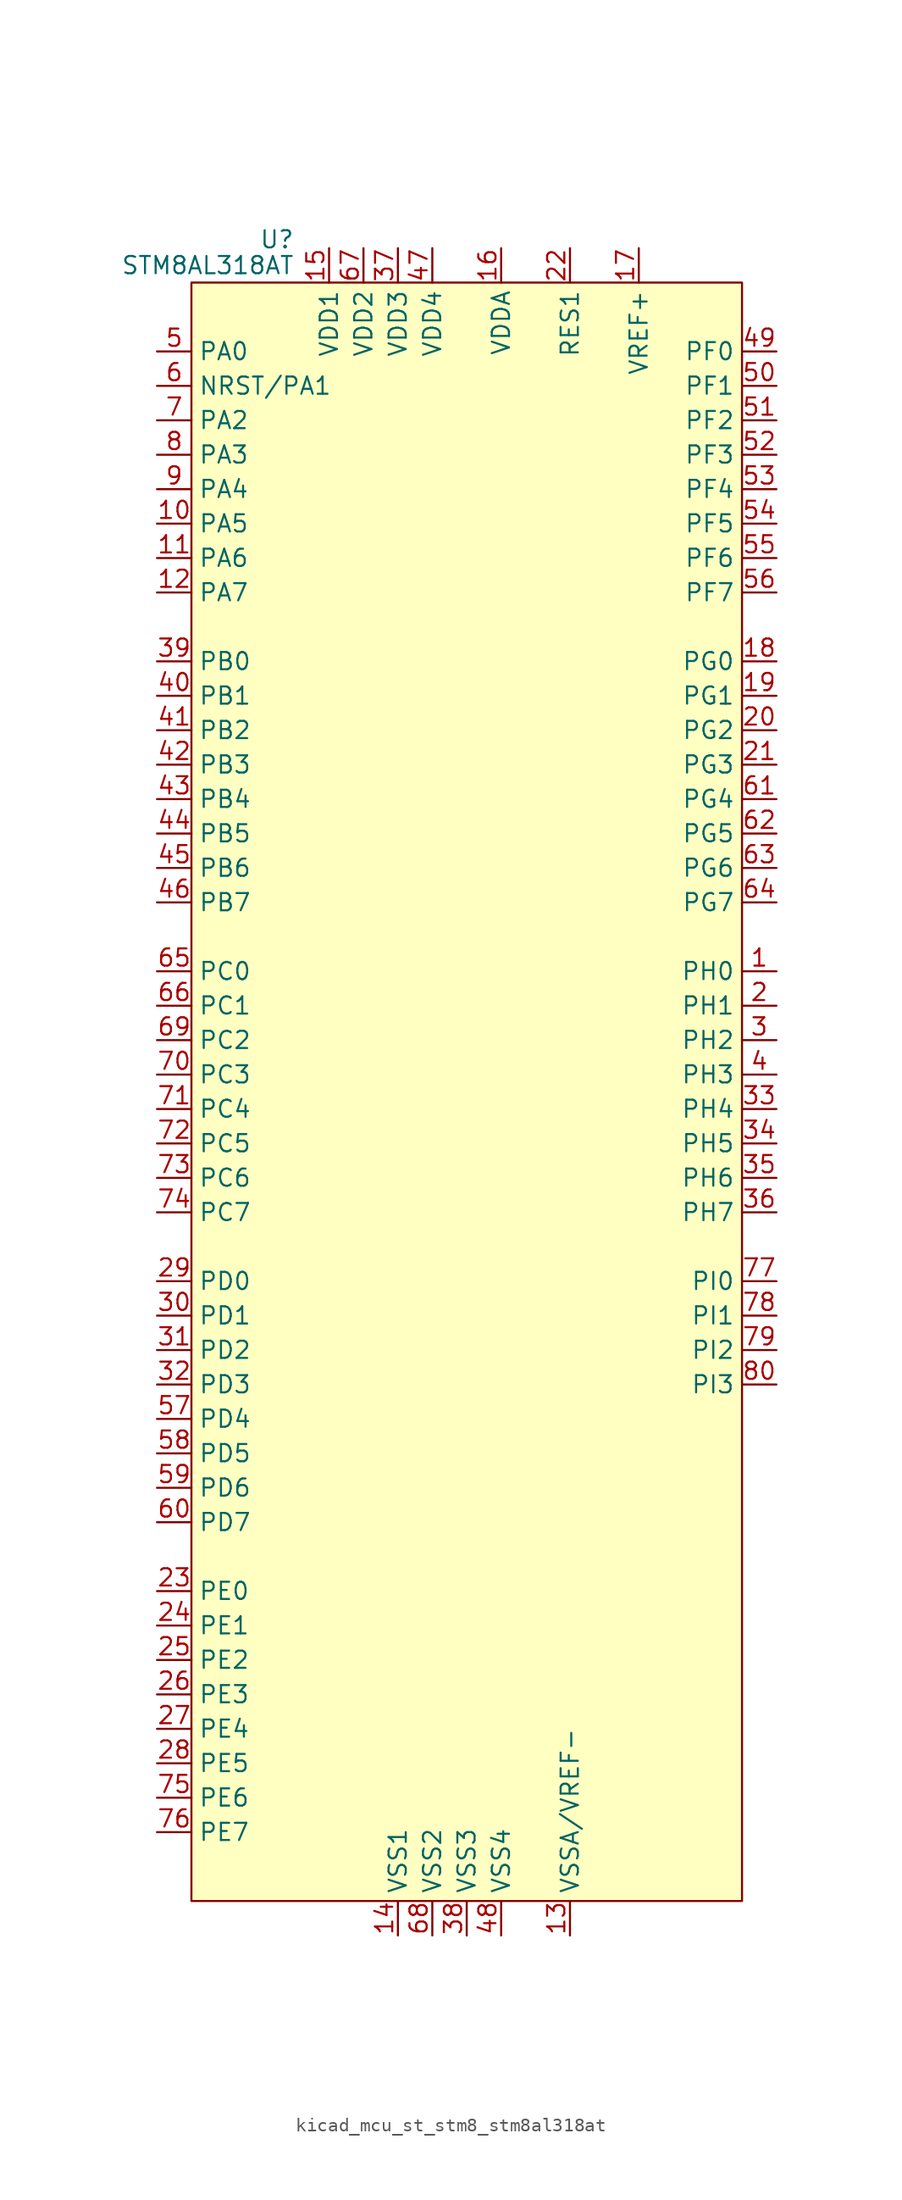
<source format=kicad_sym>
(kicad_symbol_lib
  (version 20220914)
  (generator kicad_symbol_editor)
  (symbol "kicad_mcu_st_stm8_stm8al318at"
    (property "Reference" "U"
      (at -12.7 61.595 0)
      (effects (font (size 1.27 1.27)) (justify right)))
    (property "Value" "STM8AL318AT"
      (at -12.7 59.69 0)
      (effects (font (size 1.27 1.27)) (justify right)))
    (symbol "kicad_mcu_st_stm8_stm8al318at_0_0"
      (pin bidirectional line (at 22.86 7.62 180) (length 2.54) (name "PH0" (effects (font (size 1.27 1.27)))) (number "1" (effects (font (size 1.27 1.27)))))
      (pin bidirectional line (at -22.86 40.64 0) (length 2.54) (name "PA5" (effects (font (size 1.27 1.27)))) (number "10" (effects (font (size 1.27 1.27)))))
      (pin bidirectional line (at -22.86 38.1 0) (length 2.54) (name "PA6" (effects (font (size 1.27 1.27)))) (number "11" (effects (font (size 1.27 1.27)))))
      (pin bidirectional line (at -22.86 35.56 0) (length 2.54) (name "PA7" (effects (font (size 1.27 1.27)))) (number "12" (effects (font (size 1.27 1.27)))))
      (pin power_in line (at 7.62 -63.5 90) (length 2.54) (name "VSSA/VREF-" (effects (font (size 1.27 1.27)))) (number "13" (effects (font (size 1.27 1.27)))))
      (pin power_in line (at -5.08 -63.5 90) (length 2.54) (name "VSS1" (effects (font (size 1.27 1.27)))) (number "14" (effects (font (size 1.27 1.27)))))
      (pin power_in line (at -10.16 60.96 270) (length 2.54) (name "VDD1" (effects (font (size 1.27 1.27)))) (number "15" (effects (font (size 1.27 1.27)))))
      (pin power_in line (at 2.54 60.96 270) (length 2.54) (name "VDDA" (effects (font (size 1.27 1.27)))) (number "16" (effects (font (size 1.27 1.27)))))
      (pin power_in line (at 12.7 60.96 270) (length 2.54) (name "VREF+" (effects (font (size 1.27 1.27)))) (number "17" (effects (font (size 1.27 1.27)))))
      (pin bidirectional line (at 22.86 30.48 180) (length 2.54) (name "PG0" (effects (font (size 1.27 1.27)))) (number "18" (effects (font (size 1.27 1.27)))))
      (pin bidirectional line (at 22.86 27.94 180) (length 2.54) (name "PG1" (effects (font (size 1.27 1.27)))) (number "19" (effects (font (size 1.27 1.27)))))
      (pin bidirectional line (at 22.86 5.08 180) (length 2.54) (name "PH1" (effects (font (size 1.27 1.27)))) (number "2" (effects (font (size 1.27 1.27)))))
      (pin bidirectional line (at 22.86 25.4 180) (length 2.54) (name "PG2" (effects (font (size 1.27 1.27)))) (number "20" (effects (font (size 1.27 1.27)))))
      (pin bidirectional line (at 22.86 22.86 180) (length 2.54) (name "PG3" (effects (font (size 1.27 1.27)))) (number "21" (effects (font (size 1.27 1.27)))))
      (pin power_in line (at 7.62 60.96 270) (length 2.54) (name "RES1" (effects (font (size 1.27 1.27)))) (number "22" (effects (font (size 1.27 1.27)))))
      (pin bidirectional line (at -22.86 -38.1 0) (length 2.54) (name "PE0" (effects (font (size 1.27 1.27)))) (number "23" (effects (font (size 1.27 1.27)))))
      (pin bidirectional line (at -22.86 -40.64 0) (length 2.54) (name "PE1" (effects (font (size 1.27 1.27)))) (number "24" (effects (font (size 1.27 1.27)))))
      (pin bidirectional line (at -22.86 -43.18 0) (length 2.54) (name "PE2" (effects (font (size 1.27 1.27)))) (number "25" (effects (font (size 1.27 1.27)))))
      (pin bidirectional line (at -22.86 -45.72 0) (length 2.54) (name "PE3" (effects (font (size 1.27 1.27)))) (number "26" (effects (font (size 1.27 1.27)))))
      (pin bidirectional line (at -22.86 -48.26 0) (length 2.54) (name "PE4" (effects (font (size 1.27 1.27)))) (number "27" (effects (font (size 1.27 1.27)))))
      (pin bidirectional line (at -22.86 -50.8 0) (length 2.54) (name "PE5" (effects (font (size 1.27 1.27)))) (number "28" (effects (font (size 1.27 1.27)))))
      (pin bidirectional line (at -22.86 -15.24 0) (length 2.54) (name "PD0" (effects (font (size 1.27 1.27)))) (number "29" (effects (font (size 1.27 1.27)))))
      (pin bidirectional line (at 22.86 2.54 180) (length 2.54) (name "PH2" (effects (font (size 1.27 1.27)))) (number "3" (effects (font (size 1.27 1.27)))))
      (pin bidirectional line (at -22.86 -17.78 0) (length 2.54) (name "PD1" (effects (font (size 1.27 1.27)))) (number "30" (effects (font (size 1.27 1.27)))))
      (pin bidirectional line (at -22.86 -20.32 0) (length 2.54) (name "PD2" (effects (font (size 1.27 1.27)))) (number "31" (effects (font (size 1.27 1.27)))))
      (pin bidirectional line (at -22.86 -22.86 0) (length 2.54) (name "PD3" (effects (font (size 1.27 1.27)))) (number "32" (effects (font (size 1.27 1.27)))))
      (pin bidirectional line (at 22.86 -2.54 180) (length 2.54) (name "PH4" (effects (font (size 1.27 1.27)))) (number "33" (effects (font (size 1.27 1.27)))))
      (pin bidirectional line (at 22.86 -5.08 180) (length 2.54) (name "PH5" (effects (font (size 1.27 1.27)))) (number "34" (effects (font (size 1.27 1.27)))))
      (pin bidirectional line (at 22.86 -7.62 180) (length 2.54) (name "PH6" (effects (font (size 1.27 1.27)))) (number "35" (effects (font (size 1.27 1.27)))))
      (pin bidirectional line (at 22.86 -10.16 180) (length 2.54) (name "PH7" (effects (font (size 1.27 1.27)))) (number "36" (effects (font (size 1.27 1.27)))))
      (pin power_in line (at -5.08 60.96 270) (length 2.54) (name "VDD3" (effects (font (size 1.27 1.27)))) (number "37" (effects (font (size 1.27 1.27)))))
      (pin power_in line (at 0 -63.5 90) (length 2.54) (name "VSS3" (effects (font (size 1.27 1.27)))) (number "38" (effects (font (size 1.27 1.27)))))
      (pin bidirectional line (at -22.86 30.48 0) (length 2.54) (name "PB0" (effects (font (size 1.27 1.27)))) (number "39" (effects (font (size 1.27 1.27)))))
      (pin bidirectional line (at 22.86 0 180) (length 2.54) (name "PH3" (effects (font (size 1.27 1.27)))) (number "4" (effects (font (size 1.27 1.27)))))
      (pin bidirectional line (at -22.86 27.94 0) (length 2.54) (name "PB1" (effects (font (size 1.27 1.27)))) (number "40" (effects (font (size 1.27 1.27)))))
      (pin bidirectional line (at -22.86 25.4 0) (length 2.54) (name "PB2" (effects (font (size 1.27 1.27)))) (number "41" (effects (font (size 1.27 1.27)))))
      (pin bidirectional line (at -22.86 22.86 0) (length 2.54) (name "PB3" (effects (font (size 1.27 1.27)))) (number "42" (effects (font (size 1.27 1.27)))))
      (pin bidirectional line (at -22.86 20.32 0) (length 2.54) (name "PB4" (effects (font (size 1.27 1.27)))) (number "43" (effects (font (size 1.27 1.27)))))
      (pin bidirectional line (at -22.86 17.78 0) (length 2.54) (name "PB5" (effects (font (size 1.27 1.27)))) (number "44" (effects (font (size 1.27 1.27)))))
      (pin bidirectional line (at -22.86 15.24 0) (length 2.54) (name "PB6" (effects (font (size 1.27 1.27)))) (number "45" (effects (font (size 1.27 1.27)))))
      (pin bidirectional line (at -22.86 12.7 0) (length 2.54) (name "PB7" (effects (font (size 1.27 1.27)))) (number "46" (effects (font (size 1.27 1.27)))))
      (pin power_in line (at -2.54 60.96 270) (length 2.54) (name "VDD4" (effects (font (size 1.27 1.27)))) (number "47" (effects (font (size 1.27 1.27)))))
      (pin power_in line (at 2.54 -63.5 90) (length 2.54) (name "VSS4" (effects (font (size 1.27 1.27)))) (number "48" (effects (font (size 1.27 1.27)))))
      (pin bidirectional line (at 22.86 53.34 180) (length 2.54) (name "PF0" (effects (font (size 1.27 1.27)))) (number "49" (effects (font (size 1.27 1.27)))))
      (pin bidirectional line (at -22.86 53.34 0) (length 2.54) (name "PA0" (effects (font (size 1.27 1.27)))) (number "5" (effects (font (size 1.27 1.27)))))
      (pin bidirectional line (at 22.86 50.8 180) (length 2.54) (name "PF1" (effects (font (size 1.27 1.27)))) (number "50" (effects (font (size 1.27 1.27)))))
      (pin bidirectional line (at 22.86 48.26 180) (length 2.54) (name "PF2" (effects (font (size 1.27 1.27)))) (number "51" (effects (font (size 1.27 1.27)))))
      (pin bidirectional line (at 22.86 45.72 180) (length 2.54) (name "PF3" (effects (font (size 1.27 1.27)))) (number "52" (effects (font (size 1.27 1.27)))))
      (pin bidirectional line (at 22.86 43.18 180) (length 2.54) (name "PF4" (effects (font (size 1.27 1.27)))) (number "53" (effects (font (size 1.27 1.27)))))
      (pin bidirectional line (at 22.86 40.64 180) (length 2.54) (name "PF5" (effects (font (size 1.27 1.27)))) (number "54" (effects (font (size 1.27 1.27)))))
      (pin bidirectional line (at 22.86 38.1 180) (length 2.54) (name "PF6" (effects (font (size 1.27 1.27)))) (number "55" (effects (font (size 1.27 1.27)))))
      (pin bidirectional line (at 22.86 35.56 180) (length 2.54) (name "PF7" (effects (font (size 1.27 1.27)))) (number "56" (effects (font (size 1.27 1.27)))))
      (pin bidirectional line (at -22.86 -25.4 0) (length 2.54) (name "PD4" (effects (font (size 1.27 1.27)))) (number "57" (effects (font (size 1.27 1.27)))))
      (pin bidirectional line (at -22.86 -27.94 0) (length 2.54) (name "PD5" (effects (font (size 1.27 1.27)))) (number "58" (effects (font (size 1.27 1.27)))))
      (pin bidirectional line (at -22.86 -30.48 0) (length 2.54) (name "PD6" (effects (font (size 1.27 1.27)))) (number "59" (effects (font (size 1.27 1.27)))))
      (pin bidirectional line (at -22.86 50.8 0) (length 2.54) (name "NRST/PA1" (effects (font (size 1.27 1.27)))) (number "6" (effects (font (size 1.27 1.27)))))
      (pin bidirectional line (at -22.86 -33.02 0) (length 2.54) (name "PD7" (effects (font (size 1.27 1.27)))) (number "60" (effects (font (size 1.27 1.27)))))
      (pin bidirectional line (at 22.86 20.32 180) (length 2.54) (name "PG4" (effects (font (size 1.27 1.27)))) (number "61" (effects (font (size 1.27 1.27)))))
      (pin bidirectional line (at 22.86 17.78 180) (length 2.54) (name "PG5" (effects (font (size 1.27 1.27)))) (number "62" (effects (font (size 1.27 1.27)))))
      (pin bidirectional line (at 22.86 15.24 180) (length 2.54) (name "PG6" (effects (font (size 1.27 1.27)))) (number "63" (effects (font (size 1.27 1.27)))))
      (pin bidirectional line (at 22.86 12.7 180) (length 2.54) (name "PG7" (effects (font (size 1.27 1.27)))) (number "64" (effects (font (size 1.27 1.27)))))
      (pin bidirectional line (at -22.86 7.62 0) (length 2.54) (name "PC0" (effects (font (size 1.27 1.27)))) (number "65" (effects (font (size 1.27 1.27)))))
      (pin bidirectional line (at -22.86 5.08 0) (length 2.54) (name "PC1" (effects (font (size 1.27 1.27)))) (number "66" (effects (font (size 1.27 1.27)))))
      (pin power_in line (at -7.62 60.96 270) (length 2.54) (name "VDD2" (effects (font (size 1.27 1.27)))) (number "67" (effects (font (size 1.27 1.27)))))
      (pin power_in line (at -2.54 -63.5 90) (length 2.54) (name "VSS2" (effects (font (size 1.27 1.27)))) (number "68" (effects (font (size 1.27 1.27)))))
      (pin bidirectional line (at -22.86 2.54 0) (length 2.54) (name "PC2" (effects (font (size 1.27 1.27)))) (number "69" (effects (font (size 1.27 1.27)))))
      (pin bidirectional line (at -22.86 48.26 0) (length 2.54) (name "PA2" (effects (font (size 1.27 1.27)))) (number "7" (effects (font (size 1.27 1.27)))))
      (pin bidirectional line (at -22.86 0 0) (length 2.54) (name "PC3" (effects (font (size 1.27 1.27)))) (number "70" (effects (font (size 1.27 1.27)))))
      (pin bidirectional line (at -22.86 -2.54 0) (length 2.54) (name "PC4" (effects (font (size 1.27 1.27)))) (number "71" (effects (font (size 1.27 1.27)))))
      (pin bidirectional line (at -22.86 -5.08 0) (length 2.54) (name "PC5" (effects (font (size 1.27 1.27)))) (number "72" (effects (font (size 1.27 1.27)))))
      (pin bidirectional line (at -22.86 -7.62 0) (length 2.54) (name "PC6" (effects (font (size 1.27 1.27)))) (number "73" (effects (font (size 1.27 1.27)))))
      (pin bidirectional line (at -22.86 -10.16 0) (length 2.54) (name "PC7" (effects (font (size 1.27 1.27)))) (number "74" (effects (font (size 1.27 1.27)))))
      (pin bidirectional line (at -22.86 -53.34 0) (length 2.54) (name "PE6" (effects (font (size 1.27 1.27)))) (number "75" (effects (font (size 1.27 1.27)))))
      (pin bidirectional line (at -22.86 -55.88 0) (length 2.54) (name "PE7" (effects (font (size 1.27 1.27)))) (number "76" (effects (font (size 1.27 1.27)))))
      (pin bidirectional line (at 22.86 -15.24 180) (length 2.54) (name "PI0" (effects (font (size 1.27 1.27)))) (number "77" (effects (font (size 1.27 1.27)))))
      (pin bidirectional line (at 22.86 -17.78 180) (length 2.54) (name "PI1" (effects (font (size 1.27 1.27)))) (number "78" (effects (font (size 1.27 1.27)))))
      (pin bidirectional line (at 22.86 -20.32 180) (length 2.54) (name "PI2" (effects (font (size 1.27 1.27)))) (number "79" (effects (font (size 1.27 1.27)))))
      (pin bidirectional line (at -22.86 45.72 0) (length 2.54) (name "PA3" (effects (font (size 1.27 1.27)))) (number "8" (effects (font (size 1.27 1.27)))))
      (pin bidirectional line (at 22.86 -22.86 180) (length 2.54) (name "PI3" (effects (font (size 1.27 1.27)))) (number "80" (effects (font (size 1.27 1.27)))))
      (pin bidirectional line (at -22.86 43.18 0) (length 2.54) (name "PA4" (effects (font (size 1.27 1.27)))) (number "9" (effects (font (size 1.27 1.27))))))
    (symbol "kicad_mcu_st_stm8_stm8al318at_0_1"
      (rectangle (start -20.32 58.42) (end 20.32 -60.96) (stroke (width 0) (type default)) (fill (type background))))))
</source>
